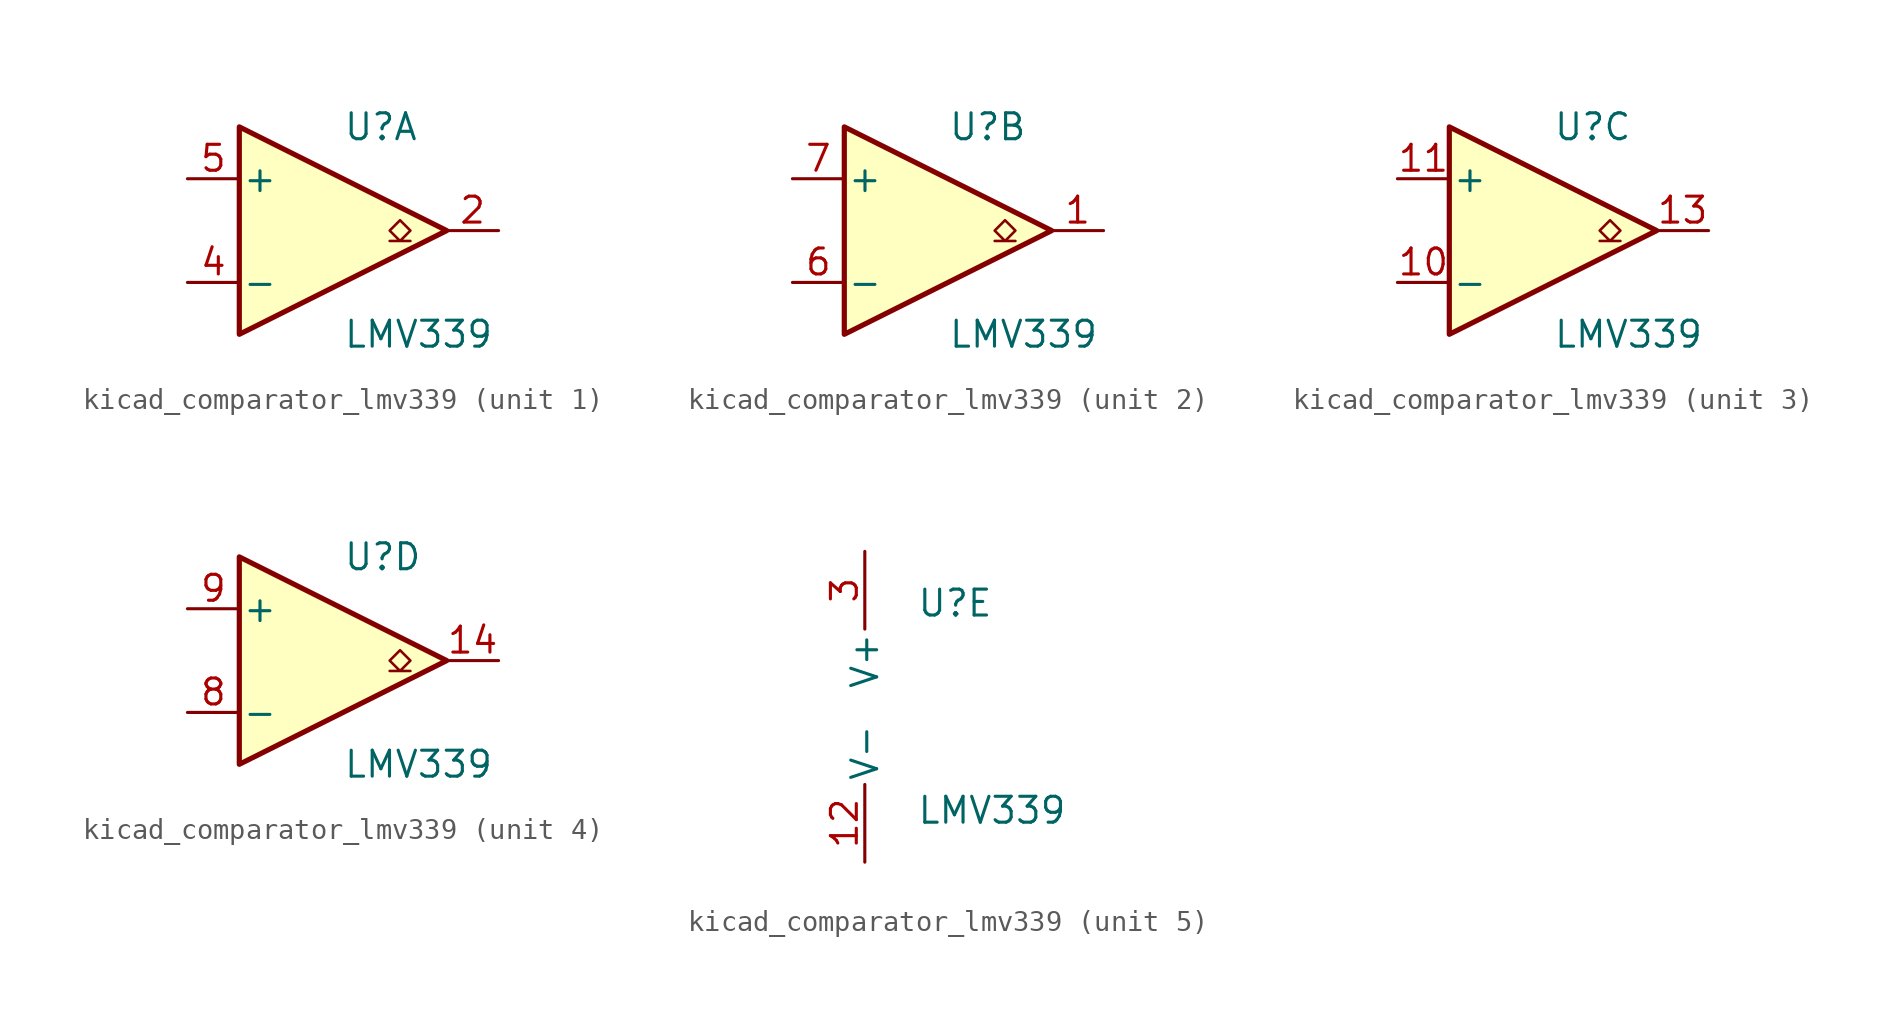
<source format=kicad_sym>
(kicad_symbol_lib
  (version 20220914)
  (generator kicad_symbol_editor)
  (symbol "kicad_comparator_lmv339"
    (pin_names
      (offset 0.127))
    (property "Reference" "U"
      (at 0 5.08 0)
      (effects (font (size 1.27 1.27)) (justify left)))
    (property "Value" "LMV339"
      (at 0 -5.08 0)
      (effects (font (size 1.27 1.27)) (justify left)))
    (property "ki_locked" ""
      (at 0 0 0)
      (effects (font (size 1.27 1.27))))
    (symbol "kicad_comparator_lmv339_1_1"
      (polyline (pts (xy -5.08 5.08) (xy 5.08 0) (xy -5.08 -5.08) (xy -5.08 5.08)) (stroke (width 0.254) (type default)) (fill (type background)))
      (polyline (pts (xy 3.302 -0.508) (xy 2.794 -0.508) (xy 3.302 0) (xy 2.794 0.508) (xy 2.286 0) (xy 2.794 -0.508) (xy 2.286 -0.508)) (stroke (width 0.127) (type default)) (fill (type none)))
      (pin open_collector line (at 7.62 0 180) (length 2.54) (name "~" (effects (font (size 1.27 1.27)))) (number "2" (effects (font (size 1.27 1.27)))))
      (pin input line (at -7.62 -2.54 0) (length 2.54) (name "-" (effects (font (size 1.27 1.27)))) (number "4" (effects (font (size 1.27 1.27)))))
      (pin input line (at -7.62 2.54 0) (length 2.54) (name "+" (effects (font (size 1.27 1.27)))) (number "5" (effects (font (size 1.27 1.27))))))
    (symbol "kicad_comparator_lmv339_2_1"
      (polyline (pts (xy -5.08 5.08) (xy 5.08 0) (xy -5.08 -5.08) (xy -5.08 5.08)) (stroke (width 0.254) (type default)) (fill (type background)))
      (polyline (pts (xy 3.302 -0.508) (xy 2.794 -0.508) (xy 3.302 0) (xy 2.794 0.508) (xy 2.286 0) (xy 2.794 -0.508) (xy 2.286 -0.508)) (stroke (width 0.127) (type default)) (fill (type none)))
      (pin open_collector line (at 7.62 0 180) (length 2.54) (name "~" (effects (font (size 1.27 1.27)))) (number "1" (effects (font (size 1.27 1.27)))))
      (pin input line (at -7.62 -2.54 0) (length 2.54) (name "-" (effects (font (size 1.27 1.27)))) (number "6" (effects (font (size 1.27 1.27)))))
      (pin input line (at -7.62 2.54 0) (length 2.54) (name "+" (effects (font (size 1.27 1.27)))) (number "7" (effects (font (size 1.27 1.27))))))
    (symbol "kicad_comparator_lmv339_3_1"
      (polyline (pts (xy -5.08 5.08) (xy 5.08 0) (xy -5.08 -5.08) (xy -5.08 5.08)) (stroke (width 0.254) (type default)) (fill (type background)))
      (polyline (pts (xy 3.302 -0.508) (xy 2.794 -0.508) (xy 3.302 0) (xy 2.794 0.508) (xy 2.286 0) (xy 2.794 -0.508) (xy 2.286 -0.508)) (stroke (width 0.127) (type default)) (fill (type none)))
      (pin input line (at -7.62 -2.54 0) (length 2.54) (name "-" (effects (font (size 1.27 1.27)))) (number "10" (effects (font (size 1.27 1.27)))))
      (pin input line (at -7.62 2.54 0) (length 2.54) (name "+" (effects (font (size 1.27 1.27)))) (number "11" (effects (font (size 1.27 1.27)))))
      (pin open_collector line (at 7.62 0 180) (length 2.54) (name "~" (effects (font (size 1.27 1.27)))) (number "13" (effects (font (size 1.27 1.27))))))
    (symbol "kicad_comparator_lmv339_4_1"
      (polyline (pts (xy -5.08 5.08) (xy 5.08 0) (xy -5.08 -5.08) (xy -5.08 5.08)) (stroke (width 0.254) (type default)) (fill (type background)))
      (polyline (pts (xy 3.302 -0.508) (xy 2.794 -0.508) (xy 3.302 0) (xy 2.794 0.508) (xy 2.286 0) (xy 2.794 -0.508) (xy 2.286 -0.508)) (stroke (width 0.127) (type default)) (fill (type none)))
      (pin open_collector line (at 7.62 0 180) (length 2.54) (name "~" (effects (font (size 1.27 1.27)))) (number "14" (effects (font (size 1.27 1.27)))))
      (pin input line (at -7.62 -2.54 0) (length 2.54) (name "-" (effects (font (size 1.27 1.27)))) (number "8" (effects (font (size 1.27 1.27)))))
      (pin input line (at -7.62 2.54 0) (length 2.54) (name "+" (effects (font (size 1.27 1.27)))) (number "9" (effects (font (size 1.27 1.27))))))
    (symbol "kicad_comparator_lmv339_5_1"
      (pin power_in line (at -2.54 -7.62 90) (length 3.81) (name "V-" (effects (font (size 1.27 1.27)))) (number "12" (effects (font (size 1.27 1.27)))))
      (pin power_in line (at -2.54 7.62 270) (length 3.81) (name "V+" (effects (font (size 1.27 1.27)))) (number "3" (effects (font (size 1.27 1.27))))))))
</source>
